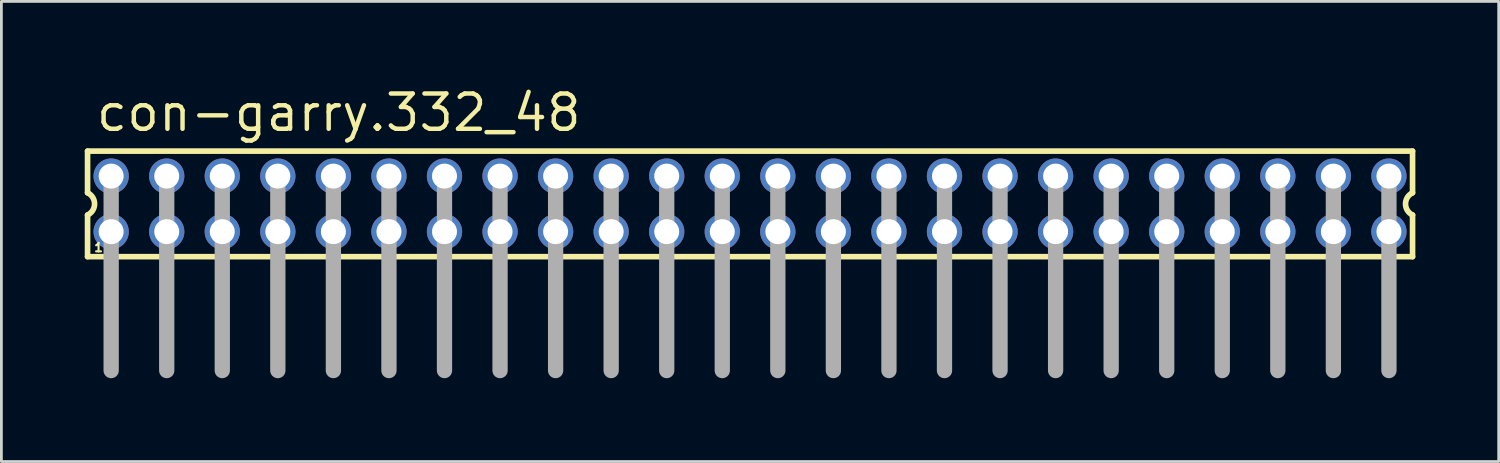
<source format=kicad_pcb>
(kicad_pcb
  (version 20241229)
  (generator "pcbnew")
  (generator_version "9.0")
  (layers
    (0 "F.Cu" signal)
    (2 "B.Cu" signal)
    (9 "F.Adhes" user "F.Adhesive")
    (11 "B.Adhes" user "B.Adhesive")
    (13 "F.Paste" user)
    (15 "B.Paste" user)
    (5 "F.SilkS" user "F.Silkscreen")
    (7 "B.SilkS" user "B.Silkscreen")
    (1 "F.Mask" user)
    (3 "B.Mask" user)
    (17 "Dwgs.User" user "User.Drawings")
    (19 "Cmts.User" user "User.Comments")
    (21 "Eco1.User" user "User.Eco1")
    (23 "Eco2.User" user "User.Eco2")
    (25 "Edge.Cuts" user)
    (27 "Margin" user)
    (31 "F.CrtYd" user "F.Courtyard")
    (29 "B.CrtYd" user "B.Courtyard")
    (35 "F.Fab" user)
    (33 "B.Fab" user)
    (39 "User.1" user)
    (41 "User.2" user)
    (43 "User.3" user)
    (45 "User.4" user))
  (footprint "con-garry.332_48"
    (layer "F.Cu")
    (at 23.952 4.29)
    (property "Reference" "con-garry.332_48" (at -23.62 -2.54 0) (layer "F.SilkS") (effects (font (size 1.27 1.27) (thickness 0.16)) (justify left bottom)))
    (attr through_hole)
    (fp_line (start -23.85 -1.9) (end -23.85 -0.4) (stroke (width 0.203) (type default)) (layer "F.SilkS"))
    (fp_line (start -23.85 0.4) (end -23.85 1.9) (stroke (width 0.203) (type default)) (layer "F.SilkS"))
    (fp_line (start -23.85 1.9) (end 23.85 1.9) (stroke (width 0.203) (type default)) (layer "F.SilkS"))
    (fp_line (start 23.85 -1.9) (end -23.85 -1.9) (stroke (width 0.203) (type default)) (layer "F.SilkS"))
    (fp_line (start 23.85 -0.4) (end 23.85 -1.9) (stroke (width 0.203) (type default)) (layer "F.SilkS"))
    (fp_line (start 23.85 1.9) (end 23.85 0.4) (stroke (width 0.203) (type default)) (layer "F.SilkS"))
    (fp_arc (start -23.85 -0.4) (mid -23.597167 0) (end -23.85 0.4) (stroke (width 0.2032) (type default)) (layer "F.SilkS"))
    (fp_arc (start 23.85 0.4) (mid 23.597167 0) (end 23.85 -0.4) (stroke (width 0.2032) (type default)) (layer "F.SilkS"))
    (fp_line (start -23 -1) (end -23 6) (stroke (width 0.55) (type default)) (layer "F.Fab"))
    (fp_line (start -21 -1) (end -21 6) (stroke (width 0.55) (type default)) (layer "F.Fab"))
    (fp_line (start -19 -1) (end -19 6) (stroke (width 0.55) (type default)) (layer "F.Fab"))
    (fp_line (start -17 -1) (end -17 6) (stroke (width 0.55) (type default)) (layer "F.Fab"))
    (fp_line (start -15 -1) (end -15 6) (stroke (width 0.55) (type default)) (layer "F.Fab"))
    (fp_line (start -13 -1) (end -13 6) (stroke (width 0.55) (type default)) (layer "F.Fab"))
    (fp_line (start -11 -1) (end -11 6) (stroke (width 0.55) (type default)) (layer "F.Fab"))
    (fp_line (start -9 -1) (end -9 6) (stroke (width 0.55) (type default)) (layer "F.Fab"))
    (fp_line (start -7 -1) (end -7 6) (stroke (width 0.55) (type default)) (layer "F.Fab"))
    (fp_line (start -5 -1) (end -5 6) (stroke (width 0.55) (type default)) (layer "F.Fab"))
    (fp_line (start -3 -1) (end -3 6) (stroke (width 0.55) (type default)) (layer "F.Fab"))
    (fp_line (start -1 -1) (end -1 6) (stroke (width 0.55) (type default)) (layer "F.Fab"))
    (fp_line (start 1 -1) (end 1 6) (stroke (width 0.55) (type default)) (layer "F.Fab"))
    (fp_line (start 3 -1) (end 3 6) (stroke (width 0.55) (type default)) (layer "F.Fab"))
    (fp_line (start 5 -1) (end 5 6) (stroke (width 0.55) (type default)) (layer "F.Fab"))
    (fp_line (start 7 -1) (end 7 6) (stroke (width 0.55) (type default)) (layer "F.Fab"))
    (fp_line (start 9 -1) (end 9 6) (stroke (width 0.55) (type default)) (layer "F.Fab"))
    (fp_line (start 11 -1) (end 11 6) (stroke (width 0.55) (type default)) (layer "F.Fab"))
    (fp_line (start 13 -1) (end 13 6) (stroke (width 0.55) (type default)) (layer "F.Fab"))
    (fp_line (start 15 -1) (end 15 6) (stroke (width 0.55) (type default)) (layer "F.Fab"))
    (fp_line (start 17 -1) (end 17 6) (stroke (width 0.55) (type default)) (layer "F.Fab"))
    (fp_line (start 19 -1) (end 19 6) (stroke (width 0.55) (type default)) (layer "F.Fab"))
    (fp_line (start 21 -1) (end 21 6) (stroke (width 0.55) (type default)) (layer "F.Fab"))
    (fp_line (start 23 -1) (end 23 6) (stroke (width 0.55) (type default)) (layer "F.Fab"))
    (fp_rect (start -23.25 -0.75) (end -22.75 -1.25) (stroke (width 0.05) (type default)) (fill no) (layer "F.Fab"))
    (fp_rect (start -23.25 1.25) (end -22.75 0.75) (stroke (width 0.05) (type default)) (fill no) (layer "F.Fab"))
    (fp_rect (start -21.25 -0.75) (end -20.75 -1.25) (stroke (width 0.05) (type default)) (fill no) (layer "F.Fab"))
    (fp_rect (start -21.25 1.25) (end -20.75 0.75) (stroke (width 0.05) (type default)) (fill no) (layer "F.Fab"))
    (fp_rect (start -19.25 -0.75) (end -18.75 -1.25) (stroke (width 0.05) (type default)) (fill no) (layer "F.Fab"))
    (fp_rect (start -19.25 1.25) (end -18.75 0.75) (stroke (width 0.05) (type default)) (fill no) (layer "F.Fab"))
    (fp_rect (start -17.25 -0.75) (end -16.75 -1.25) (stroke (width 0.05) (type default)) (fill no) (layer "F.Fab"))
    (fp_rect (start -17.25 1.25) (end -16.75 0.75) (stroke (width 0.05) (type default)) (fill no) (layer "F.Fab"))
    (fp_rect (start -15.25 -0.75) (end -14.75 -1.25) (stroke (width 0.05) (type default)) (fill no) (layer "F.Fab"))
    (fp_rect (start -15.25 1.25) (end -14.75 0.75) (stroke (width 0.05) (type default)) (fill no) (layer "F.Fab"))
    (fp_rect (start -13.25 -0.75) (end -12.75 -1.25) (stroke (width 0.05) (type default)) (fill no) (layer "F.Fab"))
    (fp_rect (start -13.25 1.25) (end -12.75 0.75) (stroke (width 0.05) (type default)) (fill no) (layer "F.Fab"))
    (fp_rect (start -11.25 -0.75) (end -10.75 -1.25) (stroke (width 0.05) (type default)) (fill no) (layer "F.Fab"))
    (fp_rect (start -11.25 1.25) (end -10.75 0.75) (stroke (width 0.05) (type default)) (fill no) (layer "F.Fab"))
    (fp_rect (start -9.25 -0.75) (end -8.75 -1.25) (stroke (width 0.05) (type default)) (fill no) (layer "F.Fab"))
    (fp_rect (start -9.25 1.25) (end -8.75 0.75) (stroke (width 0.05) (type default)) (fill no) (layer "F.Fab"))
    (fp_rect (start -7.25 -0.75) (end -6.75 -1.25) (stroke (width 0.05) (type default)) (fill no) (layer "F.Fab"))
    (fp_rect (start -7.25 1.25) (end -6.75 0.75) (stroke (width 0.05) (type default)) (fill no) (layer "F.Fab"))
    (fp_rect (start -5.25 -0.75) (end -4.75 -1.25) (stroke (width 0.05) (type default)) (fill no) (layer "F.Fab"))
    (fp_rect (start -5.25 1.25) (end -4.75 0.75) (stroke (width 0.05) (type default)) (fill no) (layer "F.Fab"))
    (fp_rect (start -3.25 -0.75) (end -2.75 -1.25) (stroke (width 0.05) (type default)) (fill no) (layer "F.Fab"))
    (fp_rect (start -3.25 1.25) (end -2.75 0.75) (stroke (width 0.05) (type default)) (fill no) (layer "F.Fab"))
    (fp_rect (start -1.25 -0.75) (end -0.75 -1.25) (stroke (width 0.05) (type default)) (fill no) (layer "F.Fab"))
    (fp_rect (start -1.25 1.25) (end -0.75 0.75) (stroke (width 0.05) (type default)) (fill no) (layer "F.Fab"))
    (fp_rect (start 0.75 -0.75) (end 1.25 -1.25) (stroke (width 0.05) (type default)) (fill no) (layer "F.Fab"))
    (fp_rect (start 0.75 1.25) (end 1.25 0.75) (stroke (width 0.05) (type default)) (fill no) (layer "F.Fab"))
    (fp_rect (start 2.75 -0.75) (end 3.25 -1.25) (stroke (width 0.05) (type default)) (fill no) (layer "F.Fab"))
    (fp_rect (start 2.75 1.25) (end 3.25 0.75) (stroke (width 0.05) (type default)) (fill no) (layer "F.Fab"))
    (fp_rect (start 4.75 -0.75) (end 5.25 -1.25) (stroke (width 0.05) (type default)) (fill no) (layer "F.Fab"))
    (fp_rect (start 4.75 1.25) (end 5.25 0.75) (stroke (width 0.05) (type default)) (fill no) (layer "F.Fab"))
    (fp_rect (start 6.75 -0.75) (end 7.25 -1.25) (stroke (width 0.05) (type default)) (fill no) (layer "F.Fab"))
    (fp_rect (start 6.75 1.25) (end 7.25 0.75) (stroke (width 0.05) (type default)) (fill no) (layer "F.Fab"))
    (fp_rect (start 8.75 -0.75) (end 9.25 -1.25) (stroke (width 0.05) (type default)) (fill no) (layer "F.Fab"))
    (fp_rect (start 8.75 1.25) (end 9.25 0.75) (stroke (width 0.05) (type default)) (fill no) (layer "F.Fab"))
    (fp_rect (start 10.75 -0.75) (end 11.25 -1.25) (stroke (width 0.05) (type default)) (fill no) (layer "F.Fab"))
    (fp_rect (start 10.75 1.25) (end 11.25 0.75) (stroke (width 0.05) (type default)) (fill no) (layer "F.Fab"))
    (fp_rect (start 12.75 -0.75) (end 13.25 -1.25) (stroke (width 0.05) (type default)) (fill no) (layer "F.Fab"))
    (fp_rect (start 12.75 1.25) (end 13.25 0.75) (stroke (width 0.05) (type default)) (fill no) (layer "F.Fab"))
    (fp_rect (start 14.75 -0.75) (end 15.25 -1.25) (stroke (width 0.05) (type default)) (fill no) (layer "F.Fab"))
    (fp_rect (start 14.75 1.25) (end 15.25 0.75) (stroke (width 0.05) (type default)) (fill no) (layer "F.Fab"))
    (fp_rect (start 16.75 -0.75) (end 17.25 -1.25) (stroke (width 0.05) (type default)) (fill no) (layer "F.Fab"))
    (fp_rect (start 16.75 1.25) (end 17.25 0.75) (stroke (width 0.05) (type default)) (fill no) (layer "F.Fab"))
    (fp_rect (start 18.75 -0.75) (end 19.25 -1.25) (stroke (width 0.05) (type default)) (fill no) (layer "F.Fab"))
    (fp_rect (start 18.75 1.25) (end 19.25 0.75) (stroke (width 0.05) (type default)) (fill no) (layer "F.Fab"))
    (fp_rect (start 20.75 -0.75) (end 21.25 -1.25) (stroke (width 0.05) (type default)) (fill no) (layer "F.Fab"))
    (fp_rect (start 20.75 1.25) (end 21.25 0.75) (stroke (width 0.05) (type default)) (fill no) (layer "F.Fab"))
    (fp_rect (start 22.75 -0.75) (end 23.25 -1.25) (stroke (width 0.05) (type default)) (fill no) (layer "F.Fab"))
    (fp_rect (start 22.75 1.25) (end 23.25 0.75) (stroke (width 0.05) (type default)) (fill no) (layer "F.Fab"))
    (fp_text user "1" (at -23.65 1.75 0) (layer "F.SilkS") (effects (font (size 0.305 0.305) (thickness 0.15)) (justify left bottom)))
    (pad "1" thru_hole circle (at -23 1) (size 1.27 1.27) (drill 0.9) (layers "*.Cu" "*.Mask"))
    (pad "2" thru_hole circle (at -23 -1) (size 1.27 1.27) (drill 0.9) (layers "*.Cu" "*.Mask"))
    (pad "3" thru_hole circle (at -21 1) (size 1.27 1.27) (drill 0.9) (layers "*.Cu" "*.Mask"))
    (pad "4" thru_hole circle (at -21 -1) (size 1.27 1.27) (drill 0.9) (layers "*.Cu" "*.Mask"))
    (pad "5" thru_hole circle (at -19 1) (size 1.27 1.27) (drill 0.9) (layers "*.Cu" "*.Mask"))
    (pad "6" thru_hole circle (at -19 -1) (size 1.27 1.27) (drill 0.9) (layers "*.Cu" "*.Mask"))
    (pad "7" thru_hole circle (at -17 1) (size 1.27 1.27) (drill 0.9) (layers "*.Cu" "*.Mask"))
    (pad "8" thru_hole circle (at -17 -1) (size 1.27 1.27) (drill 0.9) (layers "*.Cu" "*.Mask"))
    (pad "9" thru_hole circle (at -15 1) (size 1.27 1.27) (drill 0.9) (layers "*.Cu" "*.Mask"))
    (pad "10" thru_hole circle (at -15 -1) (size 1.27 1.27) (drill 0.9) (layers "*.Cu" "*.Mask"))
    (pad "11" thru_hole circle (at -13 1) (size 1.27 1.27) (drill 0.9) (layers "*.Cu" "*.Mask"))
    (pad "12" thru_hole circle (at -13 -1) (size 1.27 1.27) (drill 0.9) (layers "*.Cu" "*.Mask"))
    (pad "13" thru_hole circle (at -11 1) (size 1.27 1.27) (drill 0.9) (layers "*.Cu" "*.Mask"))
    (pad "14" thru_hole circle (at -11 -1) (size 1.27 1.27) (drill 0.9) (layers "*.Cu" "*.Mask"))
    (pad "15" thru_hole circle (at -9 1) (size 1.27 1.27) (drill 0.9) (layers "*.Cu" "*.Mask"))
    (pad "16" thru_hole circle (at -9 -1) (size 1.27 1.27) (drill 0.9) (layers "*.Cu" "*.Mask"))
    (pad "17" thru_hole circle (at -7 1) (size 1.27 1.27) (drill 0.9) (layers "*.Cu" "*.Mask"))
    (pad "18" thru_hole circle (at -7 -1) (size 1.27 1.27) (drill 0.9) (layers "*.Cu" "*.Mask"))
    (pad "19" thru_hole circle (at -5 1) (size 1.27 1.27) (drill 0.9) (layers "*.Cu" "*.Mask"))
    (pad "20" thru_hole circle (at -5 -1) (size 1.27 1.27) (drill 0.9) (layers "*.Cu" "*.Mask"))
    (pad "21" thru_hole circle (at -3 1) (size 1.27 1.27) (drill 0.9) (layers "*.Cu" "*.Mask"))
    (pad "22" thru_hole circle (at -3 -1) (size 1.27 1.27) (drill 0.9) (layers "*.Cu" "*.Mask"))
    (pad "23" thru_hole circle (at -1 1) (size 1.27 1.27) (drill 0.9) (layers "*.Cu" "*.Mask"))
    (pad "24" thru_hole circle (at -1 -1) (size 1.27 1.27) (drill 0.9) (layers "*.Cu" "*.Mask"))
    (pad "25" thru_hole circle (at 1 1) (size 1.27 1.27) (drill 0.9) (layers "*.Cu" "*.Mask"))
    (pad "26" thru_hole circle (at 1 -1) (size 1.27 1.27) (drill 0.9) (layers "*.Cu" "*.Mask"))
    (pad "27" thru_hole circle (at 3 1) (size 1.27 1.27) (drill 0.9) (layers "*.Cu" "*.Mask"))
    (pad "28" thru_hole circle (at 3 -1) (size 1.27 1.27) (drill 0.9) (layers "*.Cu" "*.Mask"))
    (pad "29" thru_hole circle (at 5 1) (size 1.27 1.27) (drill 0.9) (layers "*.Cu" "*.Mask"))
    (pad "30" thru_hole circle (at 5 -1) (size 1.27 1.27) (drill 0.9) (layers "*.Cu" "*.Mask"))
    (pad "31" thru_hole circle (at 7 1) (size 1.27 1.27) (drill 0.9) (layers "*.Cu" "*.Mask"))
    (pad "32" thru_hole circle (at 7 -1) (size 1.27 1.27) (drill 0.9) (layers "*.Cu" "*.Mask"))
    (pad "33" thru_hole circle (at 9 1) (size 1.27 1.27) (drill 0.9) (layers "*.Cu" "*.Mask"))
    (pad "34" thru_hole circle (at 9 -1) (size 1.27 1.27) (drill 0.9) (layers "*.Cu" "*.Mask"))
    (pad "35" thru_hole circle (at 11 1) (size 1.27 1.27) (drill 0.9) (layers "*.Cu" "*.Mask"))
    (pad "36" thru_hole circle (at 11 -1) (size 1.27 1.27) (drill 0.9) (layers "*.Cu" "*.Mask"))
    (pad "37" thru_hole circle (at 13 1) (size 1.27 1.27) (drill 0.9) (layers "*.Cu" "*.Mask"))
    (pad "38" thru_hole circle (at 13 -1) (size 1.27 1.27) (drill 0.9) (layers "*.Cu" "*.Mask"))
    (pad "39" thru_hole circle (at 15 1) (size 1.27 1.27) (drill 0.9) (layers "*.Cu" "*.Mask"))
    (pad "40" thru_hole circle (at 15 -1) (size 1.27 1.27) (drill 0.9) (layers "*.Cu" "*.Mask"))
    (pad "41" thru_hole circle (at 17 1) (size 1.27 1.27) (drill 0.9) (layers "*.Cu" "*.Mask"))
    (pad "42" thru_hole circle (at 17 -1) (size 1.27 1.27) (drill 0.9) (layers "*.Cu" "*.Mask"))
    (pad "43" thru_hole circle (at 19 1) (size 1.27 1.27) (drill 0.9) (layers "*.Cu" "*.Mask"))
    (pad "44" thru_hole circle (at 19 -1) (size 1.27 1.27) (drill 0.9) (layers "*.Cu" "*.Mask"))
    (pad "45" thru_hole circle (at 21 1) (size 1.27 1.27) (drill 0.9) (layers "*.Cu" "*.Mask"))
    (pad "46" thru_hole circle (at 21 -1) (size 1.27 1.27) (drill 0.9) (layers "*.Cu" "*.Mask"))
    (pad "47" thru_hole circle (at 23 1) (size 1.27 1.27) (drill 0.9) (layers "*.Cu" "*.Mask"))
    (pad "48" thru_hole circle (at 23 -1) (size 1.27 1.27) (drill 0.9) (layers "*.Cu" "*.Mask")))
  (gr_rect
    (start -3 -3)
    (end 50.903 13.565)
    (stroke (width 0.1) (type default))
    (fill no)
    (layer "Edge.Cuts")))
</source>
